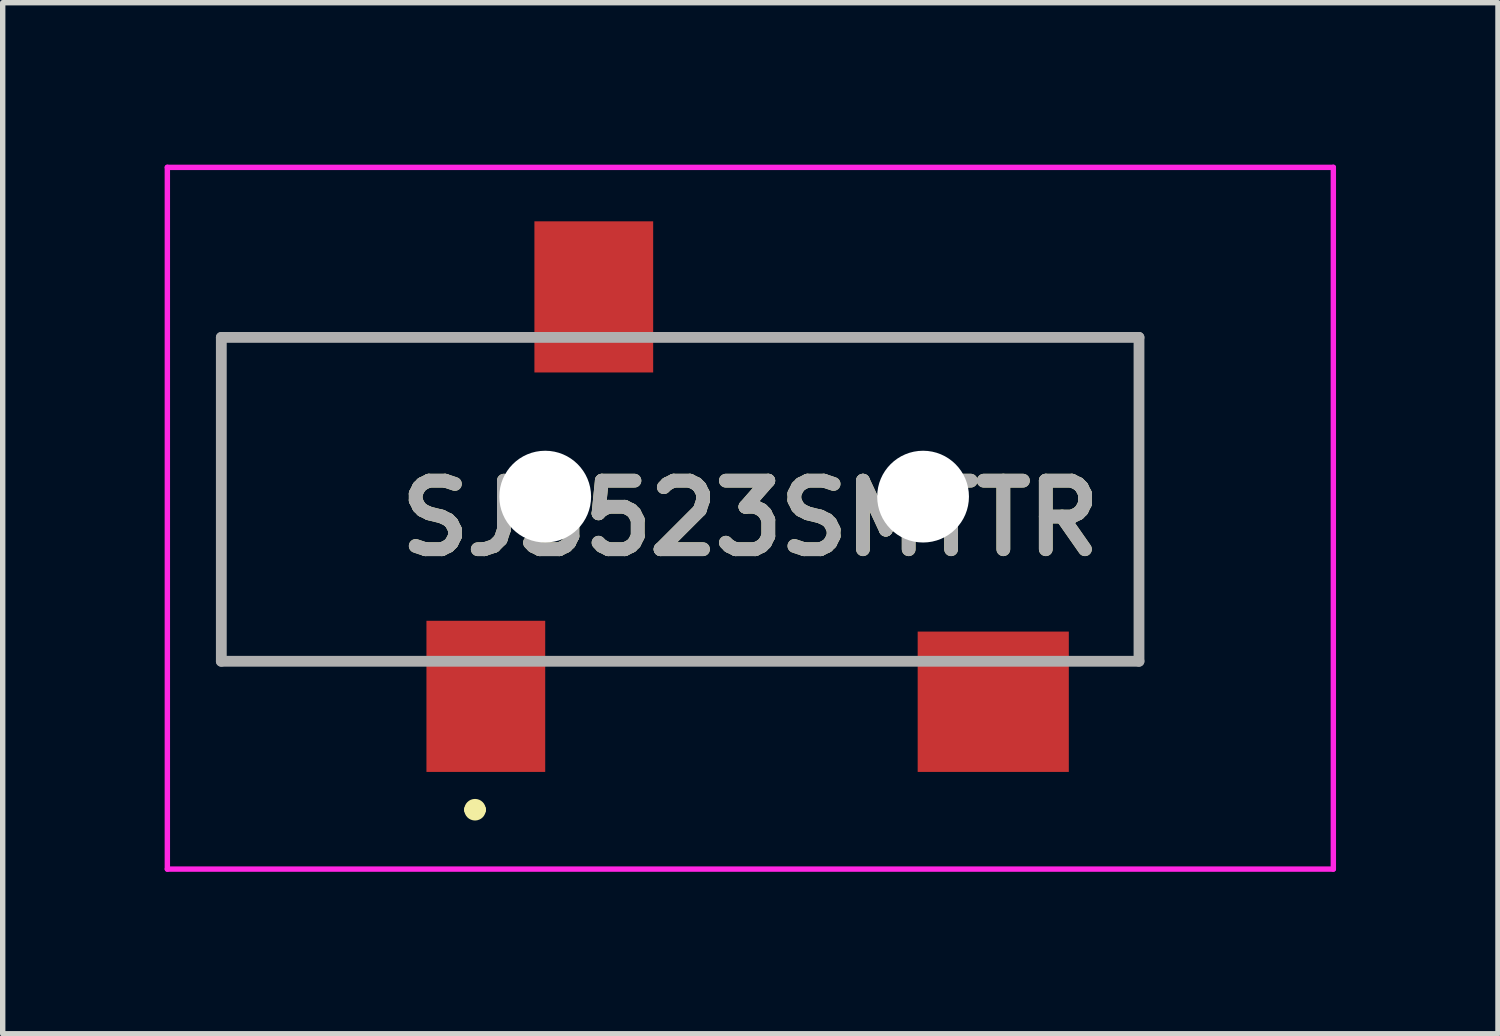
<source format=kicad_pcb>
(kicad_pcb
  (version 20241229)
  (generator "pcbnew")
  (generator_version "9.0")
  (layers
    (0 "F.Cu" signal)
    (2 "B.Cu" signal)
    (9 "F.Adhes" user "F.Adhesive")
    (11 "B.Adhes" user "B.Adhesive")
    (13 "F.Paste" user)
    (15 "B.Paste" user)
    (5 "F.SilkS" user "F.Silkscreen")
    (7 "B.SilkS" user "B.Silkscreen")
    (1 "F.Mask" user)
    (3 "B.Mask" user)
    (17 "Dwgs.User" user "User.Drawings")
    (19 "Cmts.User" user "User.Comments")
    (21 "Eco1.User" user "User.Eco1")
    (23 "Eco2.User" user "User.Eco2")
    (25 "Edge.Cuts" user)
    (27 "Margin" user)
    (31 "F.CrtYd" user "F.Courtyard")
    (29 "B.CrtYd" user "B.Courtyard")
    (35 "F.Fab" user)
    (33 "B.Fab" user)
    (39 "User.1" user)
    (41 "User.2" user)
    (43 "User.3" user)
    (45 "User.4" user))
  (footprint "SJ3523SMTTR"
    (layer "F.Cu")
    (at 3.55 6.15)
    (property "Reference" "SJ3523SMTTR" (at 7.3 0.4 0) (layer "F.SilkS") (effects (font (size 1.27 1.27) (thickness 0.254))))
    (attr through_hole)
    (fp_line (start -2.5 -2.95) (end -2.5 3.05) (stroke (width 0.1) (type solid)) (layer "F.SilkS"))
    (fp_line (start -2.5 3.05) (end 0.9 3.05) (stroke (width 0.1) (type solid)) (layer "F.SilkS"))
    (fp_line (start 2.1 5.8) (end 2.1 5.8) (stroke (width 0.2) (type solid)) (layer "F.SilkS"))
    (fp_line (start 2.3 5.8) (end 2.3 5.8) (stroke (width 0.2) (type solid)) (layer "F.SilkS"))
    (fp_line (start 2.9 -2.95) (end -2.5 -2.95) (stroke (width 0.1) (type solid)) (layer "F.SilkS"))
    (fp_line (start 3.9 3.05) (end 10.1 3.05) (stroke (width 0.1) (type solid)) (layer "F.SilkS"))
    (fp_line (start 5.9 -2.95) (end 14.5 -2.95) (stroke (width 0.1) (type solid)) (layer "F.SilkS"))
    (fp_line (start 13.5 3.05) (end 14.5 3.05) (stroke (width 0.1) (type solid)) (layer "F.SilkS"))
    (fp_line (start 14.5 -3) (end 14.5 1.5) (stroke (width 0.1) (type solid)) (layer "F.SilkS"))
    (fp_line (start 14.5 3.05) (end 14.5 1.5) (stroke (width 0.1) (type solid)) (layer "F.SilkS"))
    (fp_arc (start 2.1 5.8) (mid 2.2 5.7) (end 2.3 5.8) (stroke (width 0.2) (type solid)) (layer "F.SilkS"))
    (fp_arc (start 2.3 5.8) (mid 2.2 5.9) (end 2.1 5.8) (stroke (width 0.2) (type solid)) (layer "F.SilkS"))
    (fp_line (start -3.5 -6.1) (end 18.1 -6.1) (stroke (width 0.1) (type solid)) (layer "F.CrtYd"))
    (fp_line (start -3.5 6.9) (end -3.5 -6.1) (stroke (width 0.1) (type solid)) (layer "F.CrtYd"))
    (fp_line (start 18.1 -6.1) (end 18.1 6.9) (stroke (width 0.1) (type solid)) (layer "F.CrtYd"))
    (fp_line (start 18.1 6.9) (end -3.5 6.9) (stroke (width 0.1) (type solid)) (layer "F.CrtYd"))
    (fp_line (start -2.5 -2.95) (end 14.5 -2.95) (stroke (width 0.2) (type solid)) (layer "F.Fab"))
    (fp_line (start -2.5 3.05) (end -2.5 -2.95) (stroke (width 0.2) (type solid)) (layer "F.Fab"))
    (fp_line (start 14.5 -2.95) (end 14.5 3.05) (stroke (width 0.2) (type solid)) (layer "F.Fab"))
    (fp_line (start 14.5 3.05) (end -2.5 3.05) (stroke (width 0.2) (type solid)) (layer "F.Fab"))
    (fp_text user "${REFERENCE}" (at 7.3 0.4 0) (layer "F.Fab") (effects (font (size 1.27 1.27) (thickness 0.254))))
    (pad "" np_thru_hole circle (at 3.5 0) (size 1.7 1.7) (drill 1.7) (layers "*.Cu" "*.Mask"))
    (pad "" np_thru_hole circle (at 10.5 0) (size 1.7 1.7) (drill 1.7) (layers "*.Cu" "*.Mask"))
    (pad "1" smd rect (at 2.4 3.7) (size 2.2 2.8) (layers "F.Cu" "F.Mask" "F.Paste"))
    (pad "2" smd rect (at 11.8 3.8 90) (size 2.6 2.8) (layers "F.Cu" "F.Mask" "F.Paste"))
    (pad "3" smd rect (at 4.4 -3.7) (size 2.2 2.8) (layers "F.Cu" "F.Mask" "F.Paste")))
  (gr_rect
    (start -3 -3)
    (end 24.7 16.1)
    (stroke (width 0.1) (type default))
    (fill no)
    (layer "Edge.Cuts")))
</source>
